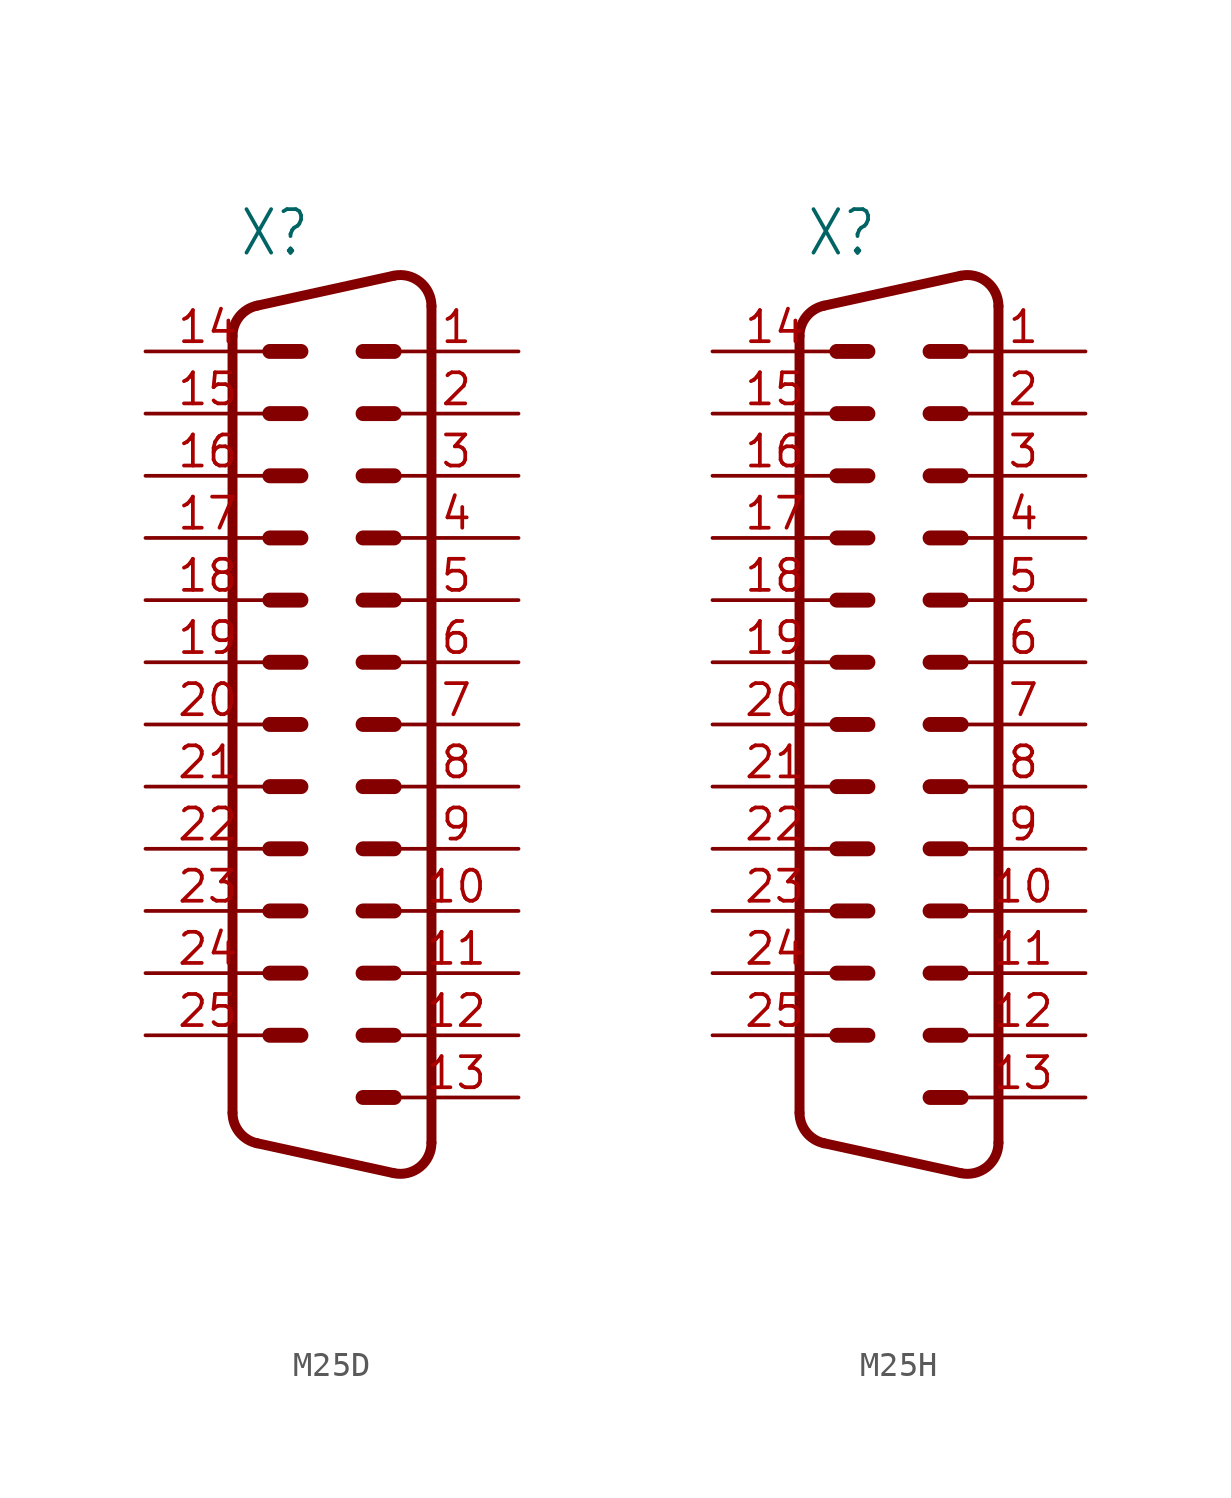
<source format=kicad_sym>
(kicad_symbol_lib
  (version 20220914)
  (generator kicad_symbol_editor)
  (symbol "M25D"
    (property "Reference" "X"
      (at -3.81 16.51 0)
      (effects (font (size 1.778 1.511)) (justify left bottom)))
    (property "Value" ""
      (at -3.81 -23.495 0)
      (effects (font (size 1.778 1.511)) (justify left bottom)))
    (property "ki_locked" ""
      (at 0 0 0)
      (effects (font (size 1.27 1.27))))
    (symbol "M25D_1_0"
      (arc (start -4.064 -18.4088) (mid -3.7833 -19.2051) (end -3.0653 -19.6495) (stroke (width 0.4064) (type solid)) (fill (type none)))
      (arc (start -3.0653 14.5695) (mid -3.7833 14.1251) (end -4.064 13.3288) (stroke (width 0.4064) (type solid)) (fill (type none)))
      (polyline (pts (xy -4.064 13.329) (xy -4.064 -18.409)) (stroke (width 0.406) (type solid)) (fill (type none)))
      (polyline (pts (xy -2.54 -15.24) (xy -1.27 -15.24)) (stroke (width 0.61) (type solid)) (fill (type none)))
      (polyline (pts (xy -2.54 -12.7) (xy -1.27 -12.7)) (stroke (width 0.61) (type solid)) (fill (type none)))
      (polyline (pts (xy -2.54 -10.16) (xy -1.27 -10.16)) (stroke (width 0.61) (type solid)) (fill (type none)))
      (polyline (pts (xy -2.54 -7.62) (xy -1.27 -7.62)) (stroke (width 0.61) (type solid)) (fill (type none)))
      (polyline (pts (xy -2.54 -5.08) (xy -1.27 -5.08)) (stroke (width 0.61) (type solid)) (fill (type none)))
      (polyline (pts (xy -2.54 -2.54) (xy -1.27 -2.54)) (stroke (width 0.61) (type solid)) (fill (type none)))
      (polyline (pts (xy -2.54 0) (xy -1.27 0)) (stroke (width 0.61) (type solid)) (fill (type none)))
      (polyline (pts (xy -2.54 2.54) (xy -1.27 2.54)) (stroke (width 0.61) (type solid)) (fill (type none)))
      (polyline (pts (xy -2.54 5.08) (xy -1.27 5.08)) (stroke (width 0.61) (type solid)) (fill (type none)))
      (polyline (pts (xy -2.54 7.62) (xy -1.27 7.62)) (stroke (width 0.61) (type solid)) (fill (type none)))
      (polyline (pts (xy -2.54 10.16) (xy -1.27 10.16)) (stroke (width 0.61) (type solid)) (fill (type none)))
      (polyline (pts (xy -2.54 12.7) (xy -1.27 12.7)) (stroke (width 0.61) (type solid)) (fill (type none)))
      (polyline (pts (xy 1.27 -17.78) (xy 2.54 -17.78)) (stroke (width 0.61) (type solid)) (fill (type none)))
      (polyline (pts (xy 1.27 -15.24) (xy 2.54 -15.24)) (stroke (width 0.61) (type solid)) (fill (type none)))
      (polyline (pts (xy 1.27 -12.7) (xy 2.54 -12.7)) (stroke (width 0.61) (type solid)) (fill (type none)))
      (polyline (pts (xy 1.27 -10.16) (xy 2.54 -10.16)) (stroke (width 0.61) (type solid)) (fill (type none)))
      (polyline (pts (xy 1.27 -7.62) (xy 2.54 -7.62)) (stroke (width 0.61) (type solid)) (fill (type none)))
      (polyline (pts (xy 1.27 -5.08) (xy 2.54 -5.08)) (stroke (width 0.61) (type solid)) (fill (type none)))
      (polyline (pts (xy 1.27 -2.54) (xy 2.54 -2.54)) (stroke (width 0.61) (type solid)) (fill (type none)))
      (polyline (pts (xy 1.27 0) (xy 2.54 0)) (stroke (width 0.61) (type solid)) (fill (type none)))
      (polyline (pts (xy 1.27 2.54) (xy 2.54 2.54)) (stroke (width 0.61) (type solid)) (fill (type none)))
      (polyline (pts (xy 1.27 5.08) (xy 2.54 5.08)) (stroke (width 0.61) (type solid)) (fill (type none)))
      (polyline (pts (xy 1.27 7.62) (xy 2.54 7.62)) (stroke (width 0.61) (type solid)) (fill (type none)))
      (polyline (pts (xy 1.27 10.16) (xy 2.54 10.16)) (stroke (width 0.61) (type solid)) (fill (type none)))
      (polyline (pts (xy 1.27 12.7) (xy 2.54 12.7)) (stroke (width 0.61) (type solid)) (fill (type none)))
      (polyline (pts (xy 2.523 -20.872) (xy -3.065 -19.649)) (stroke (width 0.406) (type solid)) (fill (type none)))
      (polyline (pts (xy 2.523 15.792) (xy -3.065 14.569)) (stroke (width 0.406) (type solid)) (fill (type none)))
      (polyline (pts (xy 4.064 14.551) (xy 4.064 -19.631)) (stroke (width 0.406) (type solid)) (fill (type none)))
      (arc (start 2.5226 -20.8718) (mid 3.5901 -20.6204) (end 4.0637 -19.6312) (stroke (width 0.4064) (type solid)) (fill (type none)))
      (arc (start 4.0639 14.5511) (mid 3.5903 15.5405) (end 2.5226 15.7919) (stroke (width 0.4064) (type solid)) (fill (type none)))
      (pin passive line (at 7.62 12.7 180) (length 5.08) (name "1" (effects (font (size 0 0)))) (number "1" (effects (font (size 1.27 1.27)))))
      (pin passive line (at 7.62 -10.16 180) (length 5.08) (name "10" (effects (font (size 0 0)))) (number "10" (effects (font (size 1.27 1.27)))))
      (pin passive line (at 7.62 -12.7 180) (length 5.08) (name "11" (effects (font (size 0 0)))) (number "11" (effects (font (size 1.27 1.27)))))
      (pin passive line (at 7.62 -15.24 180) (length 5.08) (name "12" (effects (font (size 0 0)))) (number "12" (effects (font (size 1.27 1.27)))))
      (pin passive line (at 7.62 -17.78 180) (length 5.08) (name "13" (effects (font (size 0 0)))) (number "13" (effects (font (size 1.27 1.27)))))
      (pin passive line (at -7.62 12.7 0) (length 5.08) (name "14" (effects (font (size 0 0)))) (number "14" (effects (font (size 1.27 1.27)))))
      (pin passive line (at -7.62 10.16 0) (length 5.08) (name "15" (effects (font (size 0 0)))) (number "15" (effects (font (size 1.27 1.27)))))
      (pin passive line (at -7.62 7.62 0) (length 5.08) (name "16" (effects (font (size 0 0)))) (number "16" (effects (font (size 1.27 1.27)))))
      (pin passive line (at -7.62 5.08 0) (length 5.08) (name "17" (effects (font (size 0 0)))) (number "17" (effects (font (size 1.27 1.27)))))
      (pin passive line (at -7.62 2.54 0) (length 5.08) (name "18" (effects (font (size 0 0)))) (number "18" (effects (font (size 1.27 1.27)))))
      (pin passive line (at -7.62 0 0) (length 5.08) (name "19" (effects (font (size 0 0)))) (number "19" (effects (font (size 1.27 1.27)))))
      (pin passive line (at 7.62 10.16 180) (length 5.08) (name "2" (effects (font (size 0 0)))) (number "2" (effects (font (size 1.27 1.27)))))
      (pin passive line (at -7.62 -2.54 0) (length 5.08) (name "20" (effects (font (size 0 0)))) (number "20" (effects (font (size 1.27 1.27)))))
      (pin passive line (at -7.62 -5.08 0) (length 5.08) (name "21" (effects (font (size 0 0)))) (number "21" (effects (font (size 1.27 1.27)))))
      (pin passive line (at -7.62 -7.62 0) (length 5.08) (name "22" (effects (font (size 0 0)))) (number "22" (effects (font (size 1.27 1.27)))))
      (pin passive line (at -7.62 -10.16 0) (length 5.08) (name "23" (effects (font (size 0 0)))) (number "23" (effects (font (size 1.27 1.27)))))
      (pin passive line (at -7.62 -12.7 0) (length 5.08) (name "24" (effects (font (size 0 0)))) (number "24" (effects (font (size 1.27 1.27)))))
      (pin passive line (at -7.62 -15.24 0) (length 5.08) (name "25" (effects (font (size 0 0)))) (number "25" (effects (font (size 1.27 1.27)))))
      (pin passive line (at 7.62 7.62 180) (length 5.08) (name "3" (effects (font (size 0 0)))) (number "3" (effects (font (size 1.27 1.27)))))
      (pin passive line (at 7.62 5.08 180) (length 5.08) (name "4" (effects (font (size 0 0)))) (number "4" (effects (font (size 1.27 1.27)))))
      (pin passive line (at 7.62 2.54 180) (length 5.08) (name "5" (effects (font (size 0 0)))) (number "5" (effects (font (size 1.27 1.27)))))
      (pin passive line (at 7.62 0 180) (length 5.08) (name "6" (effects (font (size 0 0)))) (number "6" (effects (font (size 1.27 1.27)))))
      (pin passive line (at 7.62 -2.54 180) (length 5.08) (name "7" (effects (font (size 0 0)))) (number "7" (effects (font (size 1.27 1.27)))))
      (pin passive line (at 7.62 -5.08 180) (length 5.08) (name "8" (effects (font (size 0 0)))) (number "8" (effects (font (size 1.27 1.27)))))
      (pin passive line (at 7.62 -7.62 180) (length 5.08) (name "9" (effects (font (size 0 0)))) (number "9" (effects (font (size 1.27 1.27)))))))
  (symbol "M25H"
    (property "Reference" "X"
      (at -3.81 16.51 0)
      (effects (font (size 1.778 1.511)) (justify left bottom)))
    (property "Value" ""
      (at -3.81 -23.495 0)
      (effects (font (size 1.778 1.511)) (justify left bottom)))
    (property "ki_locked" ""
      (at 0 0 0)
      (effects (font (size 1.27 1.27))))
    (symbol "M25H_1_0"
      (arc (start -4.064 -18.4088) (mid -3.7833 -19.2051) (end -3.0653 -19.6495) (stroke (width 0.4064) (type solid)) (fill (type none)))
      (arc (start -3.0653 14.5695) (mid -3.7833 14.1251) (end -4.064 13.3288) (stroke (width 0.4064) (type solid)) (fill (type none)))
      (polyline (pts (xy -4.064 13.329) (xy -4.064 -18.409)) (stroke (width 0.406) (type solid)) (fill (type none)))
      (polyline (pts (xy -2.54 -15.24) (xy -1.27 -15.24)) (stroke (width 0.61) (type solid)) (fill (type none)))
      (polyline (pts (xy -2.54 -12.7) (xy -1.27 -12.7)) (stroke (width 0.61) (type solid)) (fill (type none)))
      (polyline (pts (xy -2.54 -10.16) (xy -1.27 -10.16)) (stroke (width 0.61) (type solid)) (fill (type none)))
      (polyline (pts (xy -2.54 -7.62) (xy -1.27 -7.62)) (stroke (width 0.61) (type solid)) (fill (type none)))
      (polyline (pts (xy -2.54 -5.08) (xy -1.27 -5.08)) (stroke (width 0.61) (type solid)) (fill (type none)))
      (polyline (pts (xy -2.54 -2.54) (xy -1.27 -2.54)) (stroke (width 0.61) (type solid)) (fill (type none)))
      (polyline (pts (xy -2.54 0) (xy -1.27 0)) (stroke (width 0.61) (type solid)) (fill (type none)))
      (polyline (pts (xy -2.54 2.54) (xy -1.27 2.54)) (stroke (width 0.61) (type solid)) (fill (type none)))
      (polyline (pts (xy -2.54 5.08) (xy -1.27 5.08)) (stroke (width 0.61) (type solid)) (fill (type none)))
      (polyline (pts (xy -2.54 7.62) (xy -1.27 7.62)) (stroke (width 0.61) (type solid)) (fill (type none)))
      (polyline (pts (xy -2.54 10.16) (xy -1.27 10.16)) (stroke (width 0.61) (type solid)) (fill (type none)))
      (polyline (pts (xy -2.54 12.7) (xy -1.27 12.7)) (stroke (width 0.61) (type solid)) (fill (type none)))
      (polyline (pts (xy 1.27 -17.78) (xy 2.54 -17.78)) (stroke (width 0.61) (type solid)) (fill (type none)))
      (polyline (pts (xy 1.27 -15.24) (xy 2.54 -15.24)) (stroke (width 0.61) (type solid)) (fill (type none)))
      (polyline (pts (xy 1.27 -12.7) (xy 2.54 -12.7)) (stroke (width 0.61) (type solid)) (fill (type none)))
      (polyline (pts (xy 1.27 -10.16) (xy 2.54 -10.16)) (stroke (width 0.61) (type solid)) (fill (type none)))
      (polyline (pts (xy 1.27 -7.62) (xy 2.54 -7.62)) (stroke (width 0.61) (type solid)) (fill (type none)))
      (polyline (pts (xy 1.27 -5.08) (xy 2.54 -5.08)) (stroke (width 0.61) (type solid)) (fill (type none)))
      (polyline (pts (xy 1.27 -2.54) (xy 2.54 -2.54)) (stroke (width 0.61) (type solid)) (fill (type none)))
      (polyline (pts (xy 1.27 0) (xy 2.54 0)) (stroke (width 0.61) (type solid)) (fill (type none)))
      (polyline (pts (xy 1.27 2.54) (xy 2.54 2.54)) (stroke (width 0.61) (type solid)) (fill (type none)))
      (polyline (pts (xy 1.27 5.08) (xy 2.54 5.08)) (stroke (width 0.61) (type solid)) (fill (type none)))
      (polyline (pts (xy 1.27 7.62) (xy 2.54 7.62)) (stroke (width 0.61) (type solid)) (fill (type none)))
      (polyline (pts (xy 1.27 10.16) (xy 2.54 10.16)) (stroke (width 0.61) (type solid)) (fill (type none)))
      (polyline (pts (xy 1.27 12.7) (xy 2.54 12.7)) (stroke (width 0.61) (type solid)) (fill (type none)))
      (polyline (pts (xy 2.523 -20.872) (xy -3.065 -19.649)) (stroke (width 0.406) (type solid)) (fill (type none)))
      (polyline (pts (xy 2.523 15.792) (xy -3.065 14.569)) (stroke (width 0.406) (type solid)) (fill (type none)))
      (polyline (pts (xy 4.064 14.551) (xy 4.064 -19.631)) (stroke (width 0.406) (type solid)) (fill (type none)))
      (arc (start 2.5226 -20.8718) (mid 3.5901 -20.6204) (end 4.0637 -19.6312) (stroke (width 0.4064) (type solid)) (fill (type none)))
      (arc (start 4.0639 14.5511) (mid 3.5903 15.5405) (end 2.5226 15.7919) (stroke (width 0.4064) (type solid)) (fill (type none)))
      (pin passive line (at 7.62 12.7 180) (length 5.08) (name "1" (effects (font (size 0 0)))) (number "1" (effects (font (size 1.27 1.27)))))
      (pin passive line (at 7.62 -10.16 180) (length 5.08) (name "10" (effects (font (size 0 0)))) (number "10" (effects (font (size 1.27 1.27)))))
      (pin passive line (at 7.62 -12.7 180) (length 5.08) (name "11" (effects (font (size 0 0)))) (number "11" (effects (font (size 1.27 1.27)))))
      (pin passive line (at 7.62 -15.24 180) (length 5.08) (name "12" (effects (font (size 0 0)))) (number "12" (effects (font (size 1.27 1.27)))))
      (pin passive line (at 7.62 -17.78 180) (length 5.08) (name "13" (effects (font (size 0 0)))) (number "13" (effects (font (size 1.27 1.27)))))
      (pin passive line (at -7.62 12.7 0) (length 5.08) (name "14" (effects (font (size 0 0)))) (number "14" (effects (font (size 1.27 1.27)))))
      (pin passive line (at -7.62 10.16 0) (length 5.08) (name "15" (effects (font (size 0 0)))) (number "15" (effects (font (size 1.27 1.27)))))
      (pin passive line (at -7.62 7.62 0) (length 5.08) (name "16" (effects (font (size 0 0)))) (number "16" (effects (font (size 1.27 1.27)))))
      (pin passive line (at -7.62 5.08 0) (length 5.08) (name "17" (effects (font (size 0 0)))) (number "17" (effects (font (size 1.27 1.27)))))
      (pin passive line (at -7.62 2.54 0) (length 5.08) (name "18" (effects (font (size 0 0)))) (number "18" (effects (font (size 1.27 1.27)))))
      (pin passive line (at -7.62 0 0) (length 5.08) (name "19" (effects (font (size 0 0)))) (number "19" (effects (font (size 1.27 1.27)))))
      (pin passive line (at 7.62 10.16 180) (length 5.08) (name "2" (effects (font (size 0 0)))) (number "2" (effects (font (size 1.27 1.27)))))
      (pin passive line (at -7.62 -2.54 0) (length 5.08) (name "20" (effects (font (size 0 0)))) (number "20" (effects (font (size 1.27 1.27)))))
      (pin passive line (at -7.62 -5.08 0) (length 5.08) (name "21" (effects (font (size 0 0)))) (number "21" (effects (font (size 1.27 1.27)))))
      (pin passive line (at -7.62 -7.62 0) (length 5.08) (name "22" (effects (font (size 0 0)))) (number "22" (effects (font (size 1.27 1.27)))))
      (pin passive line (at -7.62 -10.16 0) (length 5.08) (name "23" (effects (font (size 0 0)))) (number "23" (effects (font (size 1.27 1.27)))))
      (pin passive line (at -7.62 -12.7 0) (length 5.08) (name "24" (effects (font (size 0 0)))) (number "24" (effects (font (size 1.27 1.27)))))
      (pin passive line (at -7.62 -15.24 0) (length 5.08) (name "25" (effects (font (size 0 0)))) (number "25" (effects (font (size 1.27 1.27)))))
      (pin passive line (at 7.62 7.62 180) (length 5.08) (name "3" (effects (font (size 0 0)))) (number "3" (effects (font (size 1.27 1.27)))))
      (pin passive line (at 7.62 5.08 180) (length 5.08) (name "4" (effects (font (size 0 0)))) (number "4" (effects (font (size 1.27 1.27)))))
      (pin passive line (at 7.62 2.54 180) (length 5.08) (name "5" (effects (font (size 0 0)))) (number "5" (effects (font (size 1.27 1.27)))))
      (pin passive line (at 7.62 0 180) (length 5.08) (name "6" (effects (font (size 0 0)))) (number "6" (effects (font (size 1.27 1.27)))))
      (pin passive line (at 7.62 -2.54 180) (length 5.08) (name "7" (effects (font (size 0 0)))) (number "7" (effects (font (size 1.27 1.27)))))
      (pin passive line (at 7.62 -5.08 180) (length 5.08) (name "8" (effects (font (size 0 0)))) (number "8" (effects (font (size 1.27 1.27)))))
      (pin passive line (at 7.62 -7.62 180) (length 5.08) (name "9" (effects (font (size 0 0)))) (number "9" (effects (font (size 1.27 1.27))))))))
</source>
